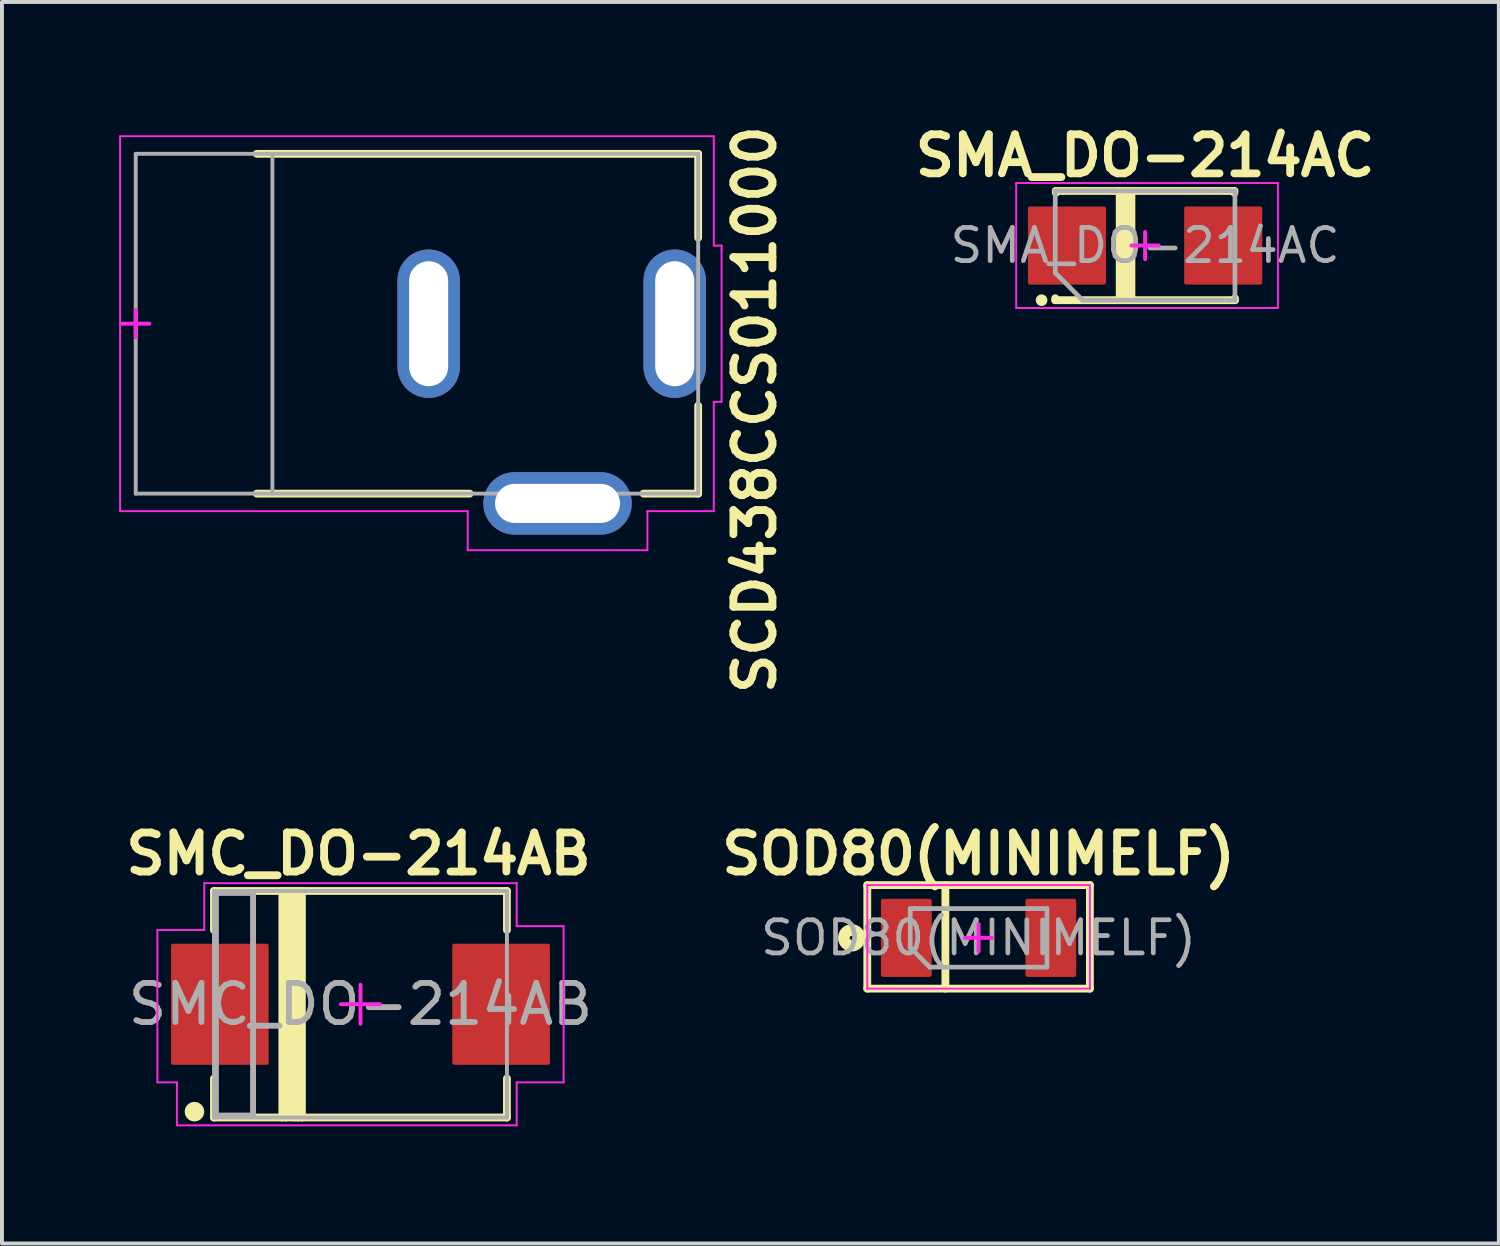
<source format=kicad_pcb>
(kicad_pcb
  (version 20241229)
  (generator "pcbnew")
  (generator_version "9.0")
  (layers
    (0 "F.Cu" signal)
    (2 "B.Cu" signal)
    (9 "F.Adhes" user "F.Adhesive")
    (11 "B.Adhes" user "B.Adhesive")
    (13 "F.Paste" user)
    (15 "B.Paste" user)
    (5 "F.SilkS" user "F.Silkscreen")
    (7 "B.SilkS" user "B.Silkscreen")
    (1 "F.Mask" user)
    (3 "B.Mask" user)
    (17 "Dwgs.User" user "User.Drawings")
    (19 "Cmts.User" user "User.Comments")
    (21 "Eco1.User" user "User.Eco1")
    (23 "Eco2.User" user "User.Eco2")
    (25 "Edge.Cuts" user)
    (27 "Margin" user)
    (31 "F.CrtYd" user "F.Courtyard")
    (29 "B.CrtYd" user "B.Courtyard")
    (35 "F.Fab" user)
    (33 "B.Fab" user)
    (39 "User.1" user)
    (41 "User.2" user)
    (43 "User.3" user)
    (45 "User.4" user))
  (footprint "SMC_DO-214AB"
    (layer "F.Cu")
    (at 6.179 22.662)
    (property "Reference" "SMC_DO-214AB" (at -0.05 -3.85 0) (layer "F.SilkS") (effects (font (size 1 1) (thickness 0.2))))
    (attr through_hole)
    (fp_line (start -3.75 -2.9) (end 3.75 -2.9) (stroke (width 0.2) (type solid)) (layer "F.SilkS"))
    (fp_line (start -3.75 -1.9) (end -3.75 -2.9) (stroke (width 0.2) (type solid)) (layer "F.SilkS"))
    (fp_line (start -3.75 2.9) (end -3.75 1.9) (stroke (width 0.2) (type solid)) (layer "F.SilkS"))
    (fp_line (start -2 -2.9) (end -2 2.9) (stroke (width 0.2) (type solid)) (layer "F.SilkS"))
    (fp_line (start -1.9 2.9) (end -1.9 -2.9) (stroke (width 0.2) (type solid)) (layer "F.SilkS"))
    (fp_line (start -1.8 -2.9) (end -1.8 2.85) (stroke (width 0.2) (type solid)) (layer "F.SilkS"))
    (fp_line (start -1.7 2.9) (end -1.7 -2.9) (stroke (width 0.2) (type solid)) (layer "F.SilkS"))
    (fp_line (start -1.6 2.9) (end -1.6 -2.9) (stroke (width 0.2) (type solid)) (layer "F.SilkS"))
    (fp_line (start -1.5 -2.9) (end -1.5 2.9) (stroke (width 0.2) (type solid)) (layer "F.SilkS"))
    (fp_line (start 3.75 -2.9) (end 3.75 -1.9) (stroke (width 0.2) (type solid)) (layer "F.SilkS"))
    (fp_line (start 3.75 2.9) (end -3.75 2.9) (stroke (width 0.2) (type solid)) (layer "F.SilkS"))
    (fp_line (start 3.75 2.9) (end 3.75 1.9) (stroke (width 0.2) (type solid)) (layer "F.SilkS"))
    (fp_circle (center -4.25 2.75) (end -4.35 2.75) (stroke (width 0.2) (type solid)) (fill no) (layer "F.SilkS"))
    (fp_circle (center -4.25 2.75) (end -4.1 2.75) (stroke (width 0.2) (type solid)) (fill no) (layer "F.SilkS"))
    (fp_line (start -5.2 -1.9) (end -5.2 2) (stroke (width 0.05) (type solid)) (layer "F.CrtYd"))
    (fp_line (start -5.2 2) (end -4.7 2) (stroke (width 0.05) (type solid)) (layer "F.CrtYd"))
    (fp_line (start -4.7 2) (end -4.7 3.1) (stroke (width 0.05) (type solid)) (layer "F.CrtYd"))
    (fp_line (start -4.7 3.1) (end 4 3.1) (stroke (width 0.05) (type solid)) (layer "F.CrtYd"))
    (fp_line (start -4 -3.1) (end -4 -1.9) (stroke (width 0.05) (type solid)) (layer "F.CrtYd"))
    (fp_line (start -4 -1.9) (end -5.2 -1.9) (stroke (width 0.05) (type solid)) (layer "F.CrtYd"))
    (fp_line (start -0.5 0) (end 0.5 0) (stroke (width 0.1) (type solid)) (layer "F.CrtYd"))
    (fp_line (start 0 -0.5) (end 0 0.5) (stroke (width 0.1) (type solid)) (layer "F.CrtYd"))
    (fp_line (start 4 -3.1) (end -4 -3.1) (stroke (width 0.05) (type solid)) (layer "F.CrtYd"))
    (fp_line (start 4 -2) (end 4 -3.1) (stroke (width 0.05) (type solid)) (layer "F.CrtYd"))
    (fp_line (start 4 2) (end 5.2 2) (stroke (width 0.05) (type solid)) (layer "F.CrtYd"))
    (fp_line (start 4 3.1) (end 4 2) (stroke (width 0.05) (type solid)) (layer "F.CrtYd"))
    (fp_line (start 5.2 -2) (end 4 -2) (stroke (width 0.05) (type solid)) (layer "F.CrtYd"))
    (fp_line (start 5.2 2) (end 5.2 -2) (stroke (width 0.05) (type solid)) (layer "F.CrtYd"))
    (fp_line (start -3.75 -2.9) (end -3.75 2.9) (stroke (width 0.05) (type solid)) (layer "F.Fab"))
    (fp_line (start -3.75 2.9) (end -3.75 -2.9) (stroke (width 0.1) (type solid)) (layer "F.Fab"))
    (fp_line (start -2.75 -2.9) (end -2.75 2.9) (stroke (width 0.05) (type solid)) (layer "F.Fab"))
    (fp_line (start 3.75 -2.9) (end -3.75 -2.9) (stroke (width 0.1) (type solid)) (layer "F.Fab"))
    (fp_line (start 3.75 2.9) (end -3.75 2.9) (stroke (width 0.1) (type solid)) (layer "F.Fab"))
    (fp_line (start 3.75 2.9) (end 3.75 -2.9) (stroke (width 0.1) (type solid)) (layer "F.Fab"))
    (fp_poly (pts (xy -3.7 -2.85) (xy -2.75 -2.85) (xy -2.75 2.85) (xy -3.7 2.85)) (stroke (width 0.15) (type solid)) (fill no) (layer "F.Fab"))
    (fp_text user "${REFERENCE}" (at 0 0 0) (layer "F.Fab") (effects (font (size 1 1) (thickness 0.15))))
    (pad "1" smd roundrect (at -3.6 0) (size 2.5 3.1) (layers "F.Cu" "F.Mask" "F.Paste") (roundrect_rratio 0.02))
    (pad "2" smd roundrect (at 3.6 0) (size 2.5 3.1) (layers "F.Cu" "F.Mask" "F.Paste") (roundrect_rratio 0.02)))
  (footprint "SMA_DO-214AC"
    (layer "F.Cu")
    (at 26.268 3.236)
    (property "Reference" "SMA_DO-214AC" (at 0 -2.3 0) (layer "F.SilkS") (effects (font (size 1 1) (thickness 0.2))))
    (attr through_hole)
    (fp_line (start -2.3 1.4) (end -2.3 1.35) (stroke (width 0.2) (type solid)) (layer "F.SilkS"))
    (fp_line (start -2.286 -1.397) (end -2.286 -1.347) (stroke (width 0.2) (type solid)) (layer "F.SilkS"))
    (fp_line (start -0.65 -1.4) (end -0.65 1.4) (stroke (width 0.2) (type solid)) (layer "F.SilkS"))
    (fp_line (start -0.6 -1.4) (end -0.6 1.3) (stroke (width 0.15) (type solid)) (layer "F.SilkS"))
    (fp_line (start -0.6 1.3) (end -0.6 1.4) (stroke (width 0.15) (type solid)) (layer "F.SilkS"))
    (fp_line (start -0.475 -1.397) (end -0.475 1.397) (stroke (width 0.15) (type solid)) (layer "F.SilkS"))
    (fp_line (start -0.35 -1.397) (end -0.35 1.397) (stroke (width 0.2) (type solid)) (layer "F.SilkS"))
    (fp_line (start 2.286 -1.397) (end -2.286 -1.397) (stroke (width 0.2) (type solid)) (layer "F.SilkS"))
    (fp_line (start 2.286 -1.397) (end 2.286 -1.347) (stroke (width 0.2) (type solid)) (layer "F.SilkS"))
    (fp_line (start 2.3 1.4) (end -2.3 1.4) (stroke (width 0.2) (type solid)) (layer "F.SilkS"))
    (fp_line (start 2.3 1.4) (end 2.3 1.35) (stroke (width 0.2) (type solid)) (layer "F.SilkS"))
    (fp_circle (center -2.65 1.4) (end -2.575 1.4) (stroke (width 0.15) (type solid)) (fill no) (layer "F.SilkS"))
    (fp_line (start -3.3 -1.6) (end 3.4 -1.6) (stroke (width 0.05) (type solid)) (layer "F.CrtYd"))
    (fp_line (start -3.3 1.6) (end -3.3 -1.6) (stroke (width 0.05) (type solid)) (layer "F.CrtYd"))
    (fp_line (start 0 -0.35) (end 0 0.35) (stroke (width 0.1) (type solid)) (layer "F.CrtYd"))
    (fp_line (start 0.35 0) (end -0.35 0) (stroke (width 0.1) (type solid)) (layer "F.CrtYd"))
    (fp_line (start 3.4 -1.6) (end 3.4 1.6) (stroke (width 0.05) (type solid)) (layer "F.CrtYd"))
    (fp_line (start 3.4 1.6) (end -3.3 1.6) (stroke (width 0.05) (type solid)) (layer "F.CrtYd"))
    (fp_line (start -2.3 -1.4) (end -2.3 0.7) (stroke (width 0.12) (type solid)) (layer "F.Fab"))
    (fp_line (start -2.3 -1.4) (end 2.3 -1.4) (stroke (width 0.12) (type solid)) (layer "F.Fab"))
    (fp_line (start -2.3 0.7) (end -1.6 1.4) (stroke (width 0.12) (type solid)) (layer "F.Fab"))
    (fp_line (start 2.3 -1.4) (end 2.3 1.4) (stroke (width 0.12) (type solid)) (layer "F.Fab"))
    (fp_line (start 2.3 1.4) (end -1.6 1.4) (stroke (width 0.12) (type solid)) (layer "F.Fab"))
    (fp_text user "${REFERENCE}" (at 0 0 0) (layer "F.Fab") (effects (font (size 0.85 0.85) (thickness 0.12))))
    (pad "1" smd roundrect (at -2 0) (size 2 2) (layers "F.Cu" "F.Mask" "F.Paste") (roundrect_rratio 0.025))
    (pad "2" smd roundrect (at 2 0) (size 2 2) (layers "F.Cu" "F.Mask" "F.Paste") (roundrect_rratio 0.025)))
  (footprint "SCD438CCS011000"
    (layer "F.Cu")
    (at 0.475 5.238)
    (property "Reference" "SCD438CCS011000" (at 15.8 2.2 270) (layer "F.SilkS") (effects (font (size 1 1) (thickness 0.2))))
    (attr through_hole)
    (fp_line (start 3.05 -4.35) (end 14.35 -4.35) (stroke (width 0.2) (type solid)) (layer "F.SilkS"))
    (fp_line (start 3.05 4.35) (end 8.5 4.35) (stroke (width 0.2) (type solid)) (layer "F.SilkS"))
    (fp_line (start 14.35 -4.35) (end 14.35 -2.2) (stroke (width 0.2) (type solid)) (layer "F.SilkS"))
    (fp_line (start 14.35 4.35) (end 12.95 4.35) (stroke (width 0.2) (type solid)) (layer "F.SilkS"))
    (fp_line (start 14.35 4.35) (end 14.35 2.1) (stroke (width 0.2) (type solid)) (layer "F.SilkS"))
    (fp_line (start -0.45 -4.8) (end -0.45 4.8) (stroke (width 0.05) (type solid)) (layer "F.CrtYd"))
    (fp_line (start -0.45 4.8) (end 8.45 4.8) (stroke (width 0.05) (type solid)) (layer "F.CrtYd"))
    (fp_line (start -0.4 0) (end 0.3 0) (stroke (width 0.1) (type solid)) (layer "F.CrtYd"))
    (fp_line (start -0.05 0.35) (end -0.05 -0.35) (stroke (width 0.1) (type solid)) (layer "F.CrtYd"))
    (fp_line (start 8.45 4.8) (end 8.45 5.8) (stroke (width 0.05) (type solid)) (layer "F.CrtYd"))
    (fp_line (start 8.45 5.8) (end 13.05 5.8) (stroke (width 0.05) (type solid)) (layer "F.CrtYd"))
    (fp_line (start 13.05 4.8) (end 13.05 5.8) (stroke (width 0.05) (type solid)) (layer "F.CrtYd"))
    (fp_line (start 13.05 4.8) (end 14.75 4.8) (stroke (width 0.05) (type solid)) (layer "F.CrtYd"))
    (fp_line (start 14.75 -4.8) (end -0.45 -4.8) (stroke (width 0.05) (type solid)) (layer "F.CrtYd"))
    (fp_line (start 14.75 -2) (end 14.75 -4.8) (stroke (width 0.05) (type solid)) (layer "F.CrtYd"))
    (fp_line (start 14.75 2) (end 14.95 2) (stroke (width 0.05) (type solid)) (layer "F.CrtYd"))
    (fp_line (start 14.75 4.8) (end 14.75 2) (stroke (width 0.05) (type solid)) (layer "F.CrtYd"))
    (fp_line (start 14.95 -2) (end 14.75 -2) (stroke (width 0.05) (type solid)) (layer "F.CrtYd"))
    (fp_line (start 14.95 -1.9) (end 14.95 -2) (stroke (width 0.05) (type solid)) (layer "F.CrtYd"))
    (fp_line (start 14.95 2) (end 14.95 -1.9) (stroke (width 0.05) (type solid)) (layer "F.CrtYd"))
    (fp_line (start -0.05 -4.35) (end -0.05 4.35) (stroke (width 0.1) (type solid)) (layer "F.Fab"))
    (fp_line (start -0.05 4.35) (end 14.35 4.35) (stroke (width 0.1) (type solid)) (layer "F.Fab"))
    (fp_line (start 3.45 -4.35) (end 3.5 -4.35) (stroke (width 0.1) (type solid)) (layer "F.Fab"))
    (fp_line (start 3.45 4.35) (end 3.45 -4.35) (stroke (width 0.1) (type solid)) (layer "F.Fab"))
    (fp_line (start 14.35 -4.35) (end -0.05 -4.35) (stroke (width 0.1) (type solid)) (layer "F.Fab"))
    (fp_line (start 14.35 4.35) (end 14.35 -4.35) (stroke (width 0.1) (type solid)) (layer "F.Fab"))
    (pad "1" thru_hole oval (at 13.75 0 180) (size 1.6 3.8) (drill oval 1 3.2) (layers "*.Cu" "*.Mask"))
    (pad "2" thru_hole oval (at 7.45 0 180) (size 1.6 3.8) (drill oval 1 3.2) (layers "*.Cu" "*.Mask"))
    (pad "3" thru_hole oval (at 10.75 4.6 90) (size 1.6 3.8) (drill oval 1 3.2) (layers "*.Cu" "*.Mask")))
  (footprint "SOD80(MINIMELF)"
    (layer "F.Cu")
    (at 22.005 20.962)
    (property "Reference" "SOD80(MINIMELF)" (at 0 -2.15 0) (layer "F.SilkS") (effects (font (size 1 1) (thickness 0.2))))
    (attr through_hole)
    (fp_line (start -2.85 -1.35) (end -2.85 1.3) (stroke (width 0.2) (type solid)) (layer "F.SilkS"))
    (fp_line (start -2.85 -1.35) (end 2.85 -1.35) (stroke (width 0.2) (type solid)) (layer "F.SilkS"))
    (fp_line (start -2.85 1.3) (end 2.85 1.3) (stroke (width 0.2) (type solid)) (layer "F.SilkS"))
    (fp_line (start -0.85 -1.35) (end -0.85 1.3) (stroke (width 0.2) (type solid)) (layer "F.SilkS"))
    (fp_line (start 2.85 -1.35) (end 2.85 1.3) (stroke (width 0.2) (type solid)) (layer "F.SilkS"))
    (fp_circle (center -3.25 0) (end -3.2 0) (stroke (width 0.3) (type solid)) (fill no) (layer "F.SilkS"))
    (fp_line (start -2.85 -1.35) (end 2.85 -1.35) (stroke (width 0.05) (type solid)) (layer "F.CrtYd"))
    (fp_line (start -2.85 1.3) (end -2.85 -1.35) (stroke (width 0.05) (type solid)) (layer "F.CrtYd"))
    (fp_line (start -0.35 0) (end 0.35 0) (stroke (width 0.1) (type solid)) (layer "F.CrtYd"))
    (fp_line (start 0 -0.35) (end 0 0.35) (stroke (width 0.1) (type solid)) (layer "F.CrtYd"))
    (fp_line (start 2.85 -1.35) (end 2.85 1.3) (stroke (width 0.05) (type solid)) (layer "F.CrtYd"))
    (fp_line (start 2.85 1.3) (end -2.85 1.3) (stroke (width 0.05) (type solid)) (layer "F.CrtYd"))
    (fp_line (start -1.75 -0.75) (end -1.75 0.25) (stroke (width 0.12) (type solid)) (layer "F.Fab"))
    (fp_line (start -1.25 0.75) (end -1.75 0.25) (stroke (width 0.12) (type solid)) (layer "F.Fab"))
    (fp_line (start -1.25 0.75) (end 1.75 0.75) (stroke (width 0.12) (type solid)) (layer "F.Fab"))
    (fp_line (start 1.75 -0.75) (end -1.75 -0.75) (stroke (width 0.12) (type solid)) (layer "F.Fab"))
    (fp_line (start 1.75 0.75) (end 1.75 -0.75) (stroke (width 0.1) (type solid)) (layer "F.Fab"))
    (fp_line (start 1.75 0.75) (end 1.75 -0.75) (stroke (width 0.12) (type solid)) (layer "F.Fab"))
    (fp_text user "${REFERENCE}" (at 0 0 0) (layer "F.Fab") (effects (font (size 0.85 0.85) (thickness 0.12))))
    (pad "1" smd roundrect (at -1.85 0) (size 1.3 2) (layers "F.Cu" "F.Mask" "F.Paste") (roundrect_rratio 0.04))
    (pad "2" smd roundrect (at 1.85 0) (size 1.3 2) (layers "F.Cu" "F.Mask" "F.Paste") (roundrect_rratio 0.04)))
  (gr_rect
    (start -3 -3)
    (end 35.325 28.787)
    (stroke (width 0.1) (type default))
    (fill no)
    (layer "Edge.Cuts")))
</source>
